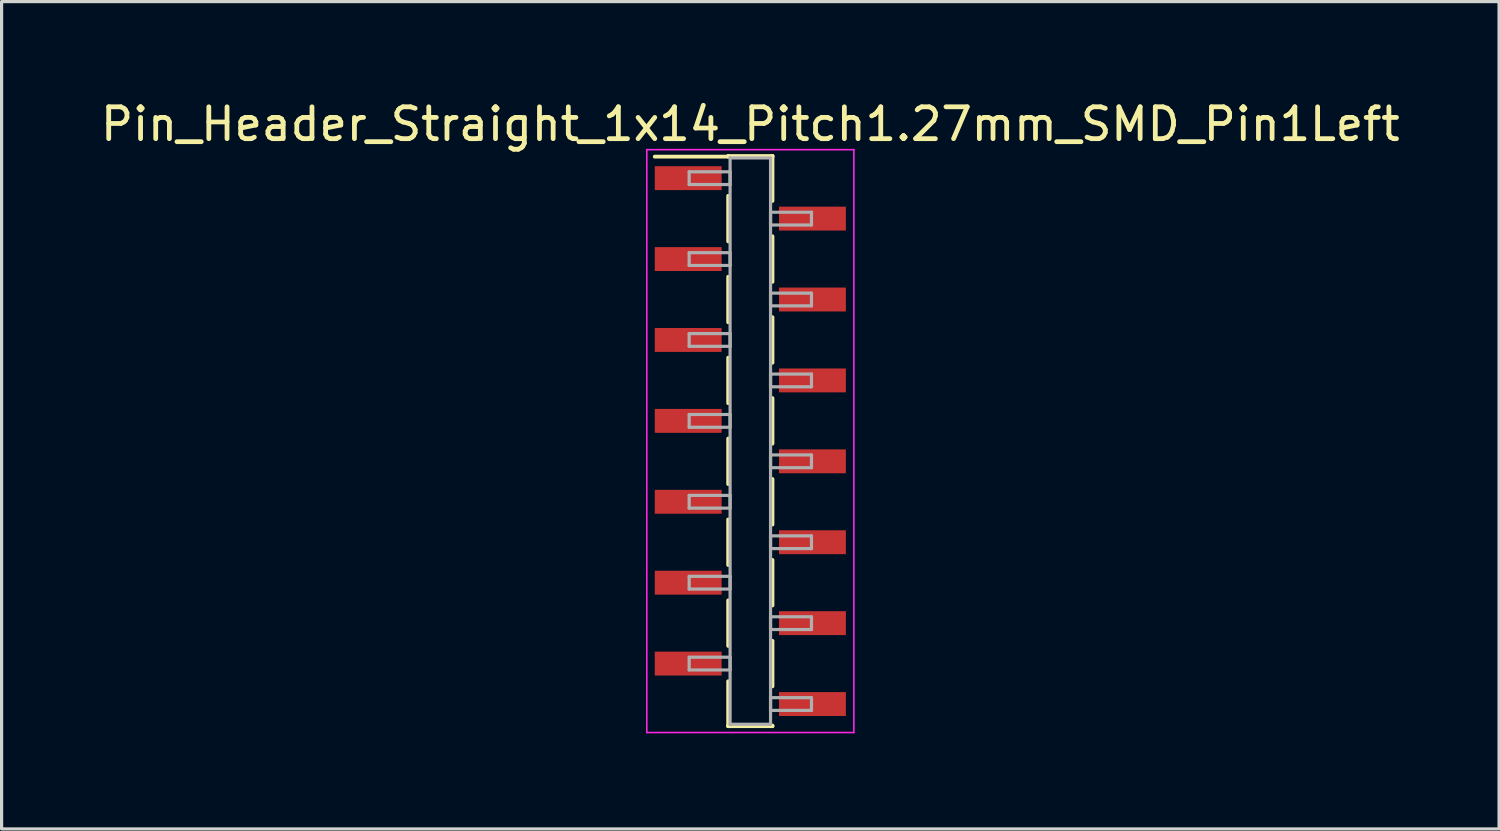
<source format=kicad_pcb>
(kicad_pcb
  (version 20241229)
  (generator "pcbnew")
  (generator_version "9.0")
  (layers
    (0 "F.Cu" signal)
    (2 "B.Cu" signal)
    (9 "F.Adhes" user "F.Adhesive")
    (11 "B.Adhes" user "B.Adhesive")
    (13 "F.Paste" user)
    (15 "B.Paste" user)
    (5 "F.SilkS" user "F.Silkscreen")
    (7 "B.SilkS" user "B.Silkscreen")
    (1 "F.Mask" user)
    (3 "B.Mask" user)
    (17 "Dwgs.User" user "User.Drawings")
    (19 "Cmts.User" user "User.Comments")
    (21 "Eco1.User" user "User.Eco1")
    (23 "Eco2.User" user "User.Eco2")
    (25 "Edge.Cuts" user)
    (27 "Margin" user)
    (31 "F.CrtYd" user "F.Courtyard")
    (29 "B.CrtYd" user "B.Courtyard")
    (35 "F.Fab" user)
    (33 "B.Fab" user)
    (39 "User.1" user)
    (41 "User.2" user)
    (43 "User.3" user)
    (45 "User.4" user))
  (footprint "Pin_Header_Straight_1x14_Pitch1.27mm_SMD_Pin1Left"
    (layer "F.Cu")
    (at 20.506 10.798)
    (property "Reference" "Pin_Header_Straight_1x14_Pitch1.27mm_SMD_Pin1Left" (at 0 -9.95 0) (layer "F.SilkS") (effects (font (size 1 1) (thickness 0.15))))
    (attr smd)
    (fp_line (start -0.695 -8.95) (end 0.695 -8.95) (stroke (width 0.12) (type solid)) (layer "F.SilkS"))
    (fp_line (start -0.695 -8.93) (end -3 -8.93) (stroke (width 0.12) (type solid)) (layer "F.SilkS"))
    (fp_line (start -0.695 -8.93) (end -0.695 -8.95) (stroke (width 0.12) (type solid)) (layer "F.SilkS"))
    (fp_line (start -0.695 -7.7) (end -0.695 -6.27) (stroke (width 0.12) (type solid)) (layer "F.SilkS"))
    (fp_line (start -0.695 -5.16) (end -0.695 -3.73) (stroke (width 0.12) (type solid)) (layer "F.SilkS"))
    (fp_line (start -0.695 -2.62) (end -0.695 -1.19) (stroke (width 0.12) (type solid)) (layer "F.SilkS"))
    (fp_line (start -0.695 -0.08) (end -0.695 1.35) (stroke (width 0.12) (type solid)) (layer "F.SilkS"))
    (fp_line (start -0.695 2.46) (end -0.695 3.89) (stroke (width 0.12) (type solid)) (layer "F.SilkS"))
    (fp_line (start -0.695 5) (end -0.695 6.43) (stroke (width 0.12) (type solid)) (layer "F.SilkS"))
    (fp_line (start -0.695 7.54) (end -0.695 8.95) (stroke (width 0.12) (type solid)) (layer "F.SilkS"))
    (fp_line (start -0.695 8.93) (end -0.695 8.95) (stroke (width 0.12) (type solid)) (layer "F.SilkS"))
    (fp_line (start -0.695 8.95) (end 0.695 8.95) (stroke (width 0.12) (type solid)) (layer "F.SilkS"))
    (fp_line (start 0.695 -8.95) (end 0.695 -8.93) (stroke (width 0.12) (type solid)) (layer "F.SilkS"))
    (fp_line (start 0.695 -8.95) (end 0.695 -7.54) (stroke (width 0.12) (type solid)) (layer "F.SilkS"))
    (fp_line (start 0.695 -6.43) (end 0.695 -5) (stroke (width 0.12) (type solid)) (layer "F.SilkS"))
    (fp_line (start 0.695 -3.89) (end 0.695 -2.46) (stroke (width 0.12) (type solid)) (layer "F.SilkS"))
    (fp_line (start 0.695 -1.35) (end 0.695 0.08) (stroke (width 0.12) (type solid)) (layer "F.SilkS"))
    (fp_line (start 0.695 1.19) (end 0.695 2.62) (stroke (width 0.12) (type solid)) (layer "F.SilkS"))
    (fp_line (start 0.695 3.73) (end 0.695 5.16) (stroke (width 0.12) (type solid)) (layer "F.SilkS"))
    (fp_line (start 0.695 6.27) (end 0.695 7.7) (stroke (width 0.12) (type solid)) (layer "F.SilkS"))
    (fp_line (start 0.695 8.95) (end 0.695 8.93) (stroke (width 0.12) (type solid)) (layer "F.SilkS"))
    (fp_line (start -3.25 -9.15) (end -3.25 9.15) (stroke (width 0.05) (type solid)) (layer "F.CrtYd"))
    (fp_line (start -3.25 9.15) (end 3.25 9.15) (stroke (width 0.05) (type solid)) (layer "F.CrtYd"))
    (fp_line (start 3.25 -9.15) (end -3.25 -9.15) (stroke (width 0.05) (type solid)) (layer "F.CrtYd"))
    (fp_line (start 3.25 9.15) (end 3.25 -9.15) (stroke (width 0.05) (type solid)) (layer "F.CrtYd"))
    (fp_line (start -1.92 -8.455) (end -0.635 -8.455) (stroke (width 0.1) (type solid)) (layer "F.Fab"))
    (fp_line (start -1.92 -8.055) (end -1.92 -8.455) (stroke (width 0.1) (type solid)) (layer "F.Fab"))
    (fp_line (start -1.92 -5.915) (end -0.635 -5.915) (stroke (width 0.1) (type solid)) (layer "F.Fab"))
    (fp_line (start -1.92 -5.515) (end -1.92 -5.915) (stroke (width 0.1) (type solid)) (layer "F.Fab"))
    (fp_line (start -1.92 -3.375) (end -0.635 -3.375) (stroke (width 0.1) (type solid)) (layer "F.Fab"))
    (fp_line (start -1.92 -2.975) (end -1.92 -3.375) (stroke (width 0.1) (type solid)) (layer "F.Fab"))
    (fp_line (start -1.92 -0.835) (end -0.635 -0.835) (stroke (width 0.1) (type solid)) (layer "F.Fab"))
    (fp_line (start -1.92 -0.435) (end -1.92 -0.835) (stroke (width 0.1) (type solid)) (layer "F.Fab"))
    (fp_line (start -1.92 1.705) (end -0.635 1.705) (stroke (width 0.1) (type solid)) (layer "F.Fab"))
    (fp_line (start -1.92 2.105) (end -1.92 1.705) (stroke (width 0.1) (type solid)) (layer "F.Fab"))
    (fp_line (start -1.92 4.245) (end -0.635 4.245) (stroke (width 0.1) (type solid)) (layer "F.Fab"))
    (fp_line (start -1.92 4.645) (end -1.92 4.245) (stroke (width 0.1) (type solid)) (layer "F.Fab"))
    (fp_line (start -1.92 6.785) (end -0.635 6.785) (stroke (width 0.1) (type solid)) (layer "F.Fab"))
    (fp_line (start -1.92 7.185) (end -1.92 6.785) (stroke (width 0.1) (type solid)) (layer "F.Fab"))
    (fp_line (start -0.635 -8.89) (end -0.635 8.89) (stroke (width 0.1) (type solid)) (layer "F.Fab"))
    (fp_line (start -0.635 -8.455) (end -0.635 -8.055) (stroke (width 0.1) (type solid)) (layer "F.Fab"))
    (fp_line (start -0.635 -8.055) (end -1.92 -8.055) (stroke (width 0.1) (type solid)) (layer "F.Fab"))
    (fp_line (start -0.635 -5.915) (end -0.635 -5.515) (stroke (width 0.1) (type solid)) (layer "F.Fab"))
    (fp_line (start -0.635 -5.515) (end -1.92 -5.515) (stroke (width 0.1) (type solid)) (layer "F.Fab"))
    (fp_line (start -0.635 -3.375) (end -0.635 -2.975) (stroke (width 0.1) (type solid)) (layer "F.Fab"))
    (fp_line (start -0.635 -2.975) (end -1.92 -2.975) (stroke (width 0.1) (type solid)) (layer "F.Fab"))
    (fp_line (start -0.635 -0.835) (end -0.635 -0.435) (stroke (width 0.1) (type solid)) (layer "F.Fab"))
    (fp_line (start -0.635 -0.435) (end -1.92 -0.435) (stroke (width 0.1) (type solid)) (layer "F.Fab"))
    (fp_line (start -0.635 1.705) (end -0.635 2.105) (stroke (width 0.1) (type solid)) (layer "F.Fab"))
    (fp_line (start -0.635 2.105) (end -1.92 2.105) (stroke (width 0.1) (type solid)) (layer "F.Fab"))
    (fp_line (start -0.635 4.245) (end -0.635 4.645) (stroke (width 0.1) (type solid)) (layer "F.Fab"))
    (fp_line (start -0.635 4.645) (end -1.92 4.645) (stroke (width 0.1) (type solid)) (layer "F.Fab"))
    (fp_line (start -0.635 6.785) (end -0.635 7.185) (stroke (width 0.1) (type solid)) (layer "F.Fab"))
    (fp_line (start -0.635 7.185) (end -1.92 7.185) (stroke (width 0.1) (type solid)) (layer "F.Fab"))
    (fp_line (start -0.635 8.89) (end 0.635 8.89) (stroke (width 0.1) (type solid)) (layer "F.Fab"))
    (fp_line (start 0.635 -8.89) (end -0.635 -8.89) (stroke (width 0.1) (type solid)) (layer "F.Fab"))
    (fp_line (start 0.635 -7.185) (end 0.635 -6.785) (stroke (width 0.1) (type solid)) (layer "F.Fab"))
    (fp_line (start 0.635 -6.785) (end 1.92 -6.785) (stroke (width 0.1) (type solid)) (layer "F.Fab"))
    (fp_line (start 0.635 -4.645) (end 0.635 -4.245) (stroke (width 0.1) (type solid)) (layer "F.Fab"))
    (fp_line (start 0.635 -4.245) (end 1.92 -4.245) (stroke (width 0.1) (type solid)) (layer "F.Fab"))
    (fp_line (start 0.635 -2.105) (end 0.635 -1.705) (stroke (width 0.1) (type solid)) (layer "F.Fab"))
    (fp_line (start 0.635 -1.705) (end 1.92 -1.705) (stroke (width 0.1) (type solid)) (layer "F.Fab"))
    (fp_line (start 0.635 0.435) (end 0.635 0.835) (stroke (width 0.1) (type solid)) (layer "F.Fab"))
    (fp_line (start 0.635 0.835) (end 1.92 0.835) (stroke (width 0.1) (type solid)) (layer "F.Fab"))
    (fp_line (start 0.635 2.975) (end 0.635 3.375) (stroke (width 0.1) (type solid)) (layer "F.Fab"))
    (fp_line (start 0.635 3.375) (end 1.92 3.375) (stroke (width 0.1) (type solid)) (layer "F.Fab"))
    (fp_line (start 0.635 5.515) (end 0.635 5.915) (stroke (width 0.1) (type solid)) (layer "F.Fab"))
    (fp_line (start 0.635 5.915) (end 1.92 5.915) (stroke (width 0.1) (type solid)) (layer "F.Fab"))
    (fp_line (start 0.635 8.055) (end 0.635 8.455) (stroke (width 0.1) (type solid)) (layer "F.Fab"))
    (fp_line (start 0.635 8.455) (end 1.92 8.455) (stroke (width 0.1) (type solid)) (layer "F.Fab"))
    (fp_line (start 0.635 8.89) (end 0.635 -8.89) (stroke (width 0.1) (type solid)) (layer "F.Fab"))
    (fp_line (start 1.92 -7.185) (end 0.635 -7.185) (stroke (width 0.1) (type solid)) (layer "F.Fab"))
    (fp_line (start 1.92 -6.785) (end 1.92 -7.185) (stroke (width 0.1) (type solid)) (layer "F.Fab"))
    (fp_line (start 1.92 -4.645) (end 0.635 -4.645) (stroke (width 0.1) (type solid)) (layer "F.Fab"))
    (fp_line (start 1.92 -4.245) (end 1.92 -4.645) (stroke (width 0.1) (type solid)) (layer "F.Fab"))
    (fp_line (start 1.92 -2.105) (end 0.635 -2.105) (stroke (width 0.1) (type solid)) (layer "F.Fab"))
    (fp_line (start 1.92 -1.705) (end 1.92 -2.105) (stroke (width 0.1) (type solid)) (layer "F.Fab"))
    (fp_line (start 1.92 0.435) (end 0.635 0.435) (stroke (width 0.1) (type solid)) (layer "F.Fab"))
    (fp_line (start 1.92 0.835) (end 1.92 0.435) (stroke (width 0.1) (type solid)) (layer "F.Fab"))
    (fp_line (start 1.92 2.975) (end 0.635 2.975) (stroke (width 0.1) (type solid)) (layer "F.Fab"))
    (fp_line (start 1.92 3.375) (end 1.92 2.975) (stroke (width 0.1) (type solid)) (layer "F.Fab"))
    (fp_line (start 1.92 5.515) (end 0.635 5.515) (stroke (width 0.1) (type solid)) (layer "F.Fab"))
    (fp_line (start 1.92 5.915) (end 1.92 5.515) (stroke (width 0.1) (type solid)) (layer "F.Fab"))
    (fp_line (start 1.92 8.055) (end 0.635 8.055) (stroke (width 0.1) (type solid)) (layer "F.Fab"))
    (fp_line (start 1.92 8.455) (end 1.92 8.055) (stroke (width 0.1) (type solid)) (layer "F.Fab"))
    (pad "1" smd rect (at -1.95 -8.255) (size 2.1 0.75) (layers "F.Cu" "F.Mask"))
    (pad "2" smd rect (at 1.95 -6.985) (size 2.1 0.75) (layers "F.Cu" "F.Mask"))
    (pad "3" smd rect (at -1.95 -5.715) (size 2.1 0.75) (layers "F.Cu" "F.Mask"))
    (pad "4" smd rect (at 1.95 -4.445) (size 2.1 0.75) (layers "F.Cu" "F.Mask"))
    (pad "5" smd rect (at -1.95 -3.175) (size 2.1 0.75) (layers "F.Cu" "F.Mask"))
    (pad "6" smd rect (at 1.95 -1.905) (size 2.1 0.75) (layers "F.Cu" "F.Mask"))
    (pad "7" smd rect (at -1.95 -0.635) (size 2.1 0.75) (layers "F.Cu" "F.Mask"))
    (pad "8" smd rect (at 1.95 0.635) (size 2.1 0.75) (layers "F.Cu" "F.Mask"))
    (pad "9" smd rect (at -1.95 1.905) (size 2.1 0.75) (layers "F.Cu" "F.Mask"))
    (pad "10" smd rect (at 1.95 3.175) (size 2.1 0.75) (layers "F.Cu" "F.Mask"))
    (pad "11" smd rect (at -1.95 4.445) (size 2.1 0.75) (layers "F.Cu" "F.Mask"))
    (pad "12" smd rect (at 1.95 5.715) (size 2.1 0.75) (layers "F.Cu" "F.Mask"))
    (pad "13" smd rect (at -1.95 6.985) (size 2.1 0.75) (layers "F.Cu" "F.Mask"))
    (pad "14" smd rect (at 1.95 8.255) (size 2.1 0.75) (layers "F.Cu" "F.Mask")))
  (gr_rect
    (start -3 -3)
    (end 44.012 22.973)
    (stroke (width 0.1) (type default))
    (fill no)
    (layer "Edge.Cuts")))
</source>
